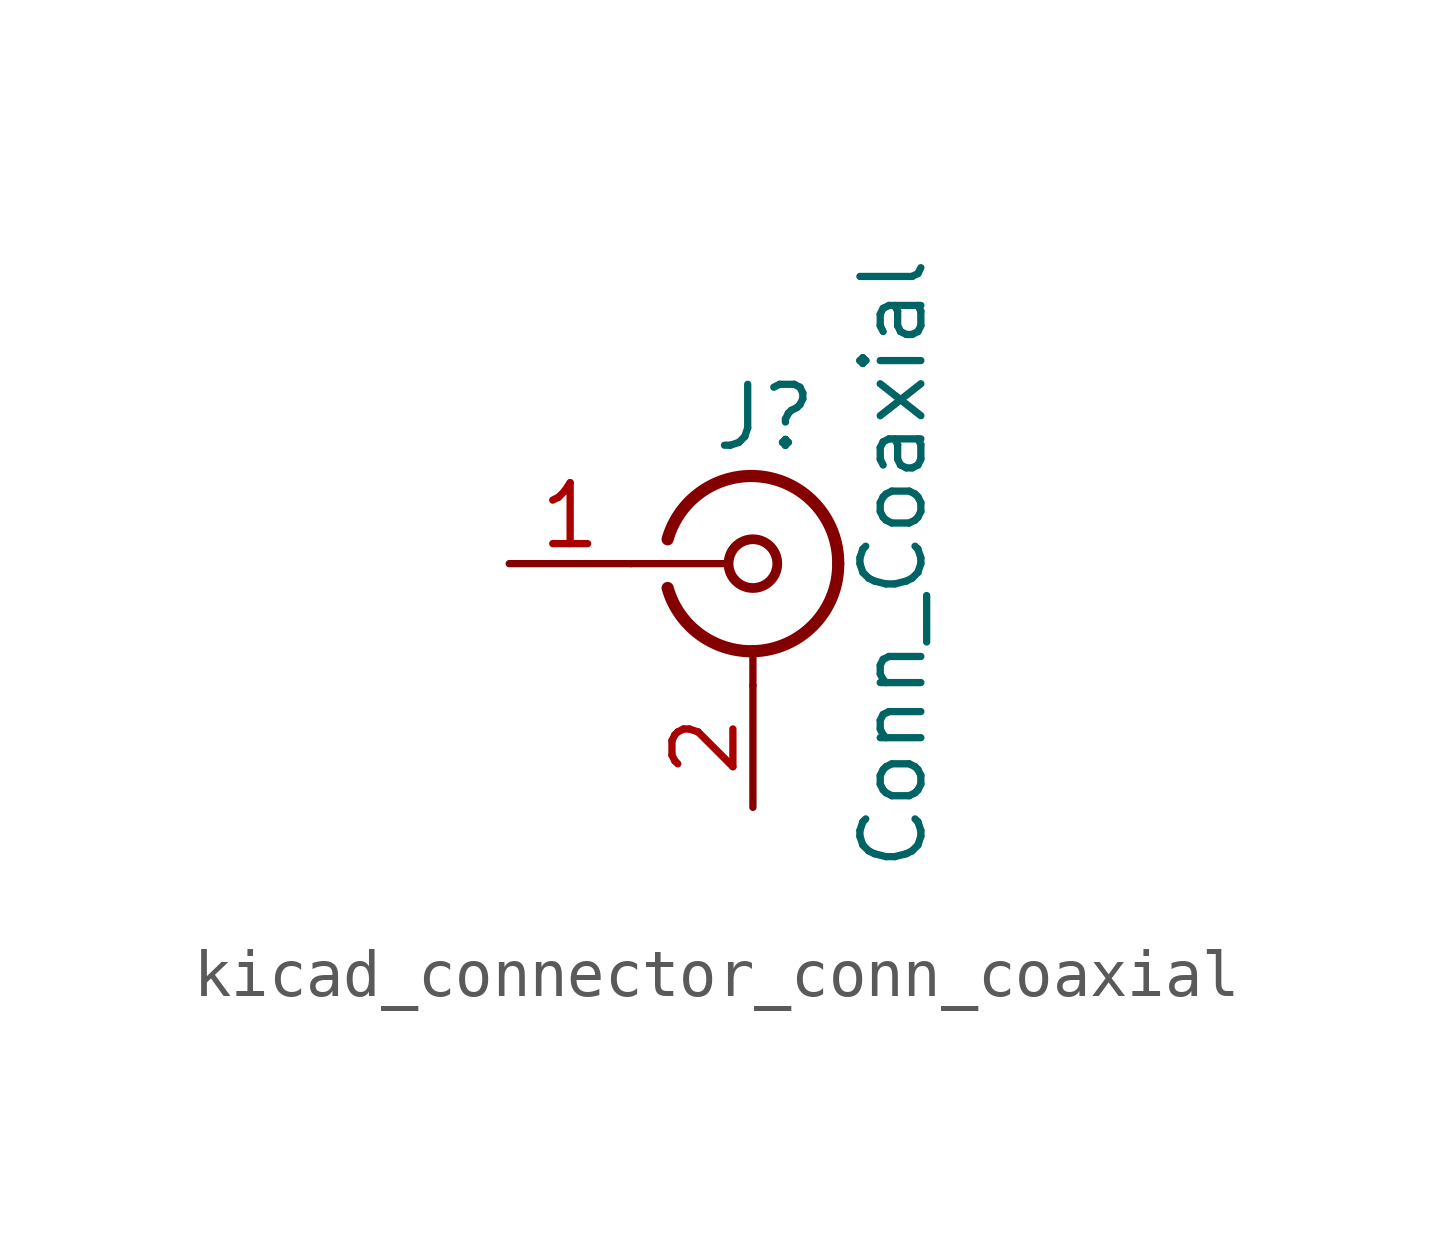
<source format=kicad_sym>
(kicad_symbol_lib
  (version 20220914)
  (generator kicad_symbol_editor)
  (symbol "kicad_connector_conn_coaxial"
    (pin_names
      (offset 1.016) hide)
    (property "Reference" "J"
      (at 0.254 3.048 0)
      (effects (font (size 1.27 1.27))))
    (property "Value" "Conn_Coaxial"
      (at 2.921 0 90)
      (effects (font (size 1.27 1.27))))
    (symbol "kicad_connector_conn_coaxial_0_1"
      (arc (start -1.778 -0.508) (mid 0.2311 -1.8066) (end 1.778 0) (stroke (width 0.254) (type default)) (fill (type none)))
      (polyline (pts (xy -2.54 0) (xy -0.508 0)) (stroke (width 0) (type default)) (fill (type none)))
      (polyline (pts (xy 0 -2.54) (xy 0 -1.778)) (stroke (width 0) (type default)) (fill (type none)))
      (circle (center 0 0) (radius 0.508) (stroke (width 0.203) (type default)) (fill (type none)))
      (arc (start 1.778 0) (mid 0.2099 1.8101) (end -1.778 0.508) (stroke (width 0.254) (type default)) (fill (type none))))
    (symbol "kicad_connector_conn_coaxial_1_1"
      (pin passive line (at -5.08 0 0) (length 2.54) (name "In" (effects (font (size 1.27 1.27)))) (number "1" (effects (font (size 1.27 1.27)))))
      (pin passive line (at 0 -5.08 90) (length 2.54) (name "Ext" (effects (font (size 1.27 1.27)))) (number "2" (effects (font (size 1.27 1.27))))))))
</source>
